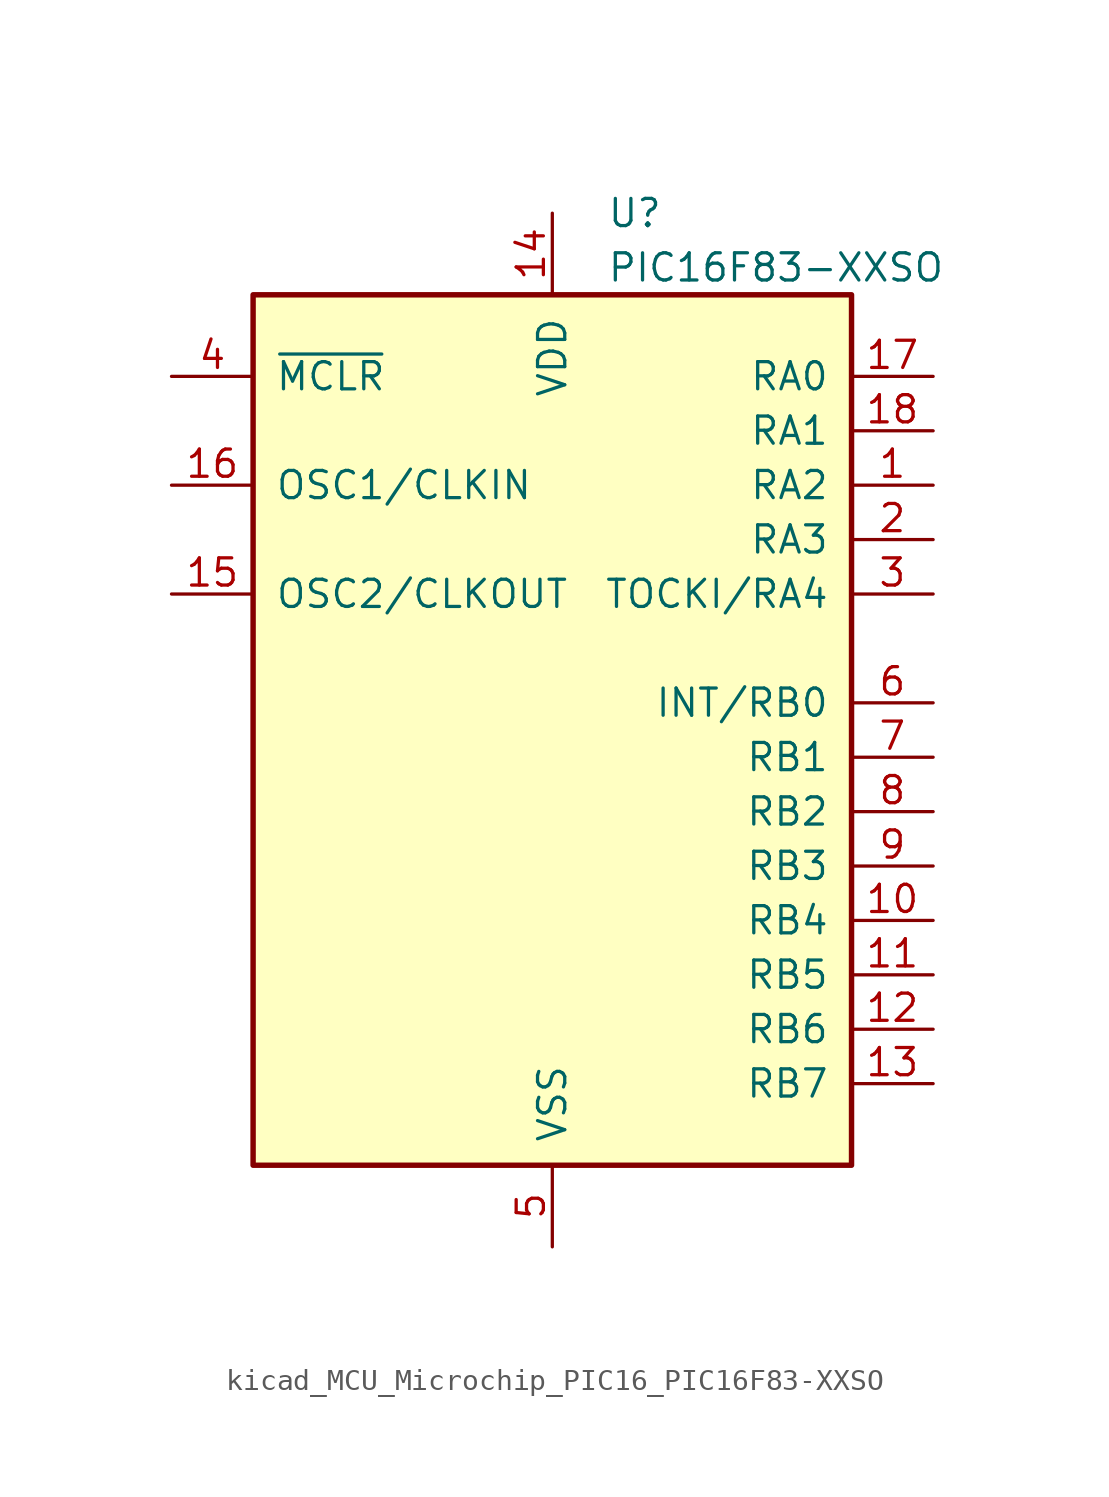
<source format=kicad_sym>
(kicad_symbol_lib
  (version 20220914)
  (generator kicad_symbol_editor)
  (symbol "kicad_MCU_Microchip_PIC16_PIC16F83-XXSO"
    (pin_names
      (offset 1.016))
    (property "Reference" "U"
      (at 2.54 22.86 0)
      (effects (font (size 1.27 1.27)) (justify left)))
    (property "Value" "PIC16F83-XXSO"
      (at 2.54 20.32 0)
      (effects (font (size 1.27 1.27)) (justify left)))
    (symbol "kicad_MCU_Microchip_PIC16_PIC16F83-XXSO_0_1"
      (rectangle (start -13.97 19.05) (end 13.97 -21.59) (stroke (width 0.254) (type default)) (fill (type background))))
    (symbol "kicad_MCU_Microchip_PIC16_PIC16F83-XXSO_1_1"
      (pin bidirectional line (at 17.78 10.16 180) (length 3.81) (name "RA2" (effects (font (size 1.27 1.27)))) (number "1" (effects (font (size 1.27 1.27)))))
      (pin bidirectional line (at 17.78 -10.16 180) (length 3.81) (name "RB4" (effects (font (size 1.27 1.27)))) (number "10" (effects (font (size 1.27 1.27)))))
      (pin bidirectional line (at 17.78 -12.7 180) (length 3.81) (name "RB5" (effects (font (size 1.27 1.27)))) (number "11" (effects (font (size 1.27 1.27)))))
      (pin bidirectional line (at 17.78 -15.24 180) (length 3.81) (name "RB6" (effects (font (size 1.27 1.27)))) (number "12" (effects (font (size 1.27 1.27)))))
      (pin bidirectional line (at 17.78 -17.78 180) (length 3.81) (name "RB7" (effects (font (size 1.27 1.27)))) (number "13" (effects (font (size 1.27 1.27)))))
      (pin power_in line (at 0 22.86 270) (length 3.81) (name "VDD" (effects (font (size 1.27 1.27)))) (number "14" (effects (font (size 1.27 1.27)))))
      (pin output line (at -17.78 5.08 0) (length 3.81) (name "OSC2/CLKOUT" (effects (font (size 1.27 1.27)))) (number "15" (effects (font (size 1.27 1.27)))))
      (pin input line (at -17.78 10.16 0) (length 3.81) (name "OSC1/CLKIN" (effects (font (size 1.27 1.27)))) (number "16" (effects (font (size 1.27 1.27)))))
      (pin bidirectional line (at 17.78 15.24 180) (length 3.81) (name "RA0" (effects (font (size 1.27 1.27)))) (number "17" (effects (font (size 1.27 1.27)))))
      (pin bidirectional line (at 17.78 12.7 180) (length 3.81) (name "RA1" (effects (font (size 1.27 1.27)))) (number "18" (effects (font (size 1.27 1.27)))))
      (pin bidirectional line (at 17.78 7.62 180) (length 3.81) (name "RA3" (effects (font (size 1.27 1.27)))) (number "2" (effects (font (size 1.27 1.27)))))
      (pin bidirectional line (at 17.78 5.08 180) (length 3.81) (name "TOCKI/RA4" (effects (font (size 1.27 1.27)))) (number "3" (effects (font (size 1.27 1.27)))))
      (pin input line (at -17.78 15.24 0) (length 3.81) (name "~{MCLR}" (effects (font (size 1.27 1.27)))) (number "4" (effects (font (size 1.27 1.27)))))
      (pin power_in line (at 0 -25.4 90) (length 3.81) (name "VSS" (effects (font (size 1.27 1.27)))) (number "5" (effects (font (size 1.27 1.27)))))
      (pin bidirectional line (at 17.78 0 180) (length 3.81) (name "INT/RB0" (effects (font (size 1.27 1.27)))) (number "6" (effects (font (size 1.27 1.27)))))
      (pin bidirectional line (at 17.78 -2.54 180) (length 3.81) (name "RB1" (effects (font (size 1.27 1.27)))) (number "7" (effects (font (size 1.27 1.27)))))
      (pin bidirectional line (at 17.78 -5.08 180) (length 3.81) (name "RB2" (effects (font (size 1.27 1.27)))) (number "8" (effects (font (size 1.27 1.27)))))
      (pin bidirectional line (at 17.78 -7.62 180) (length 3.81) (name "RB3" (effects (font (size 1.27 1.27)))) (number "9" (effects (font (size 1.27 1.27))))))))
</source>
